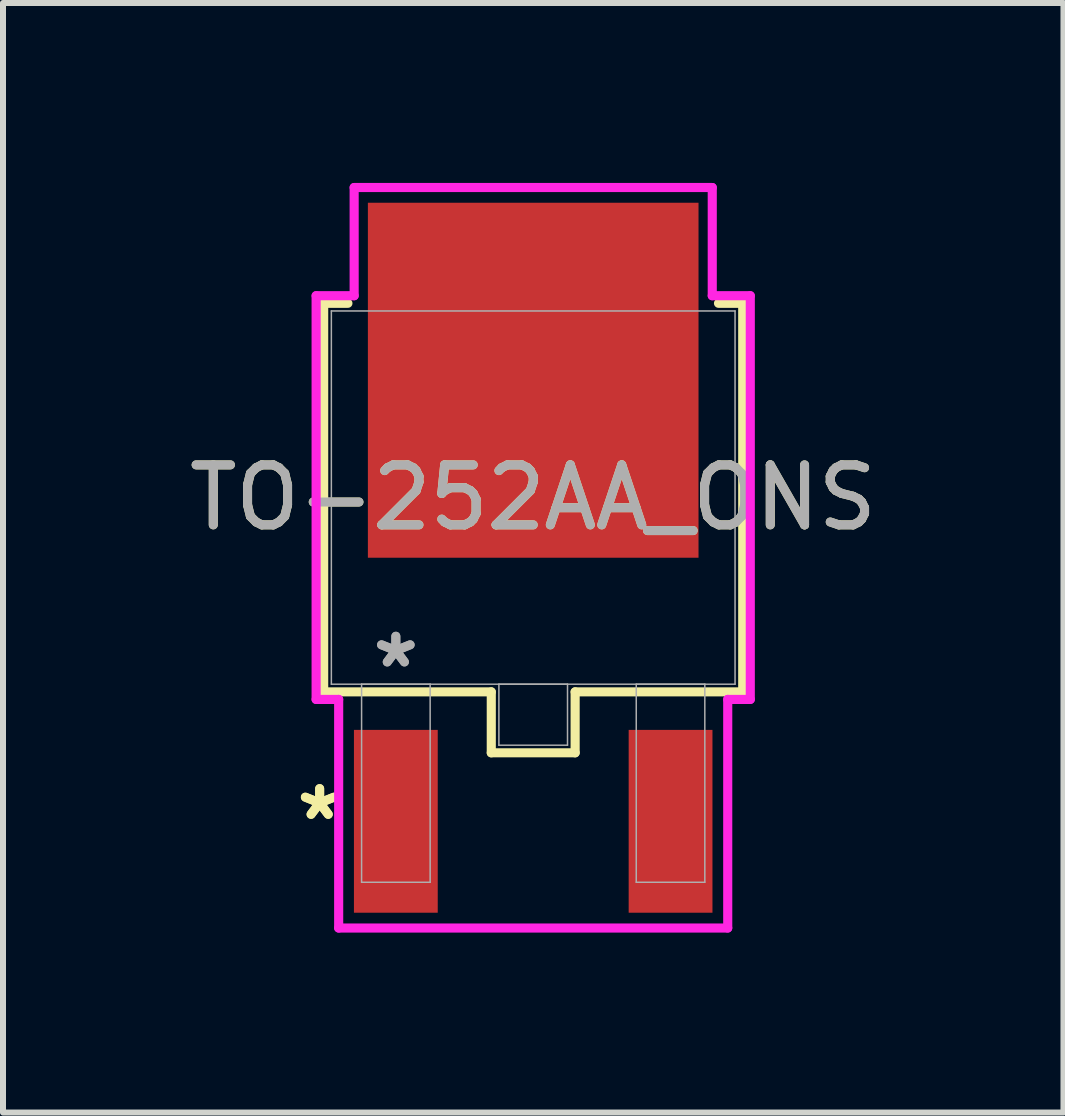
<source format=kicad_pcb>
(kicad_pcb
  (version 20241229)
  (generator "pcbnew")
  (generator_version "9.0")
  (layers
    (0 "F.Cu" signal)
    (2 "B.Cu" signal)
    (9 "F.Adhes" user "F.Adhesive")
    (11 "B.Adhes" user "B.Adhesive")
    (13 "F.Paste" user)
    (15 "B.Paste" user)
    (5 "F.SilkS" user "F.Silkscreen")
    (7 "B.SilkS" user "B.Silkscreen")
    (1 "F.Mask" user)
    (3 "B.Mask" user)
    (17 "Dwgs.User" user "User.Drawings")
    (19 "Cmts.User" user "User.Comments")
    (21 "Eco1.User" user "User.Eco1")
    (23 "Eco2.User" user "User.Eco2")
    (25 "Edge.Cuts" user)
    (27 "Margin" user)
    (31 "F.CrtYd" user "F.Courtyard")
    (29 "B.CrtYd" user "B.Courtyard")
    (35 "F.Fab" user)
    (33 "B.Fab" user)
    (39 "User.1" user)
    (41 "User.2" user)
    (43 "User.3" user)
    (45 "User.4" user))
  (footprint "TO-252AA_ONS"
    (layer "F.Cu")
    (at 5.839 5.245)
    (property "Reference" "TO-252AA_ONS" (at 0 0 0) (unlocked yes) (layer "F.SilkS") (effects (font (size 1 1) (thickness 0.15))))
    (attr smd)
    (fp_line (start -3.493 -3.239) (end -3.493 3.239) (stroke (width 0.152) (type solid)) (layer "F.SilkS"))
    (fp_line (start -3.493 3.239) (end -0.699 3.239) (stroke (width 0.152) (type solid)) (layer "F.SilkS"))
    (fp_line (start -3.089 -3.239) (end -3.493 -3.239) (stroke (width 0.152) (type solid)) (layer "F.SilkS"))
    (fp_line (start -0.699 3.239) (end -0.699 4.255) (stroke (width 0.152) (type solid)) (layer "F.SilkS"))
    (fp_line (start -0.699 4.255) (end 0.699 4.255) (stroke (width 0.152) (type solid)) (layer "F.SilkS"))
    (fp_line (start 0.699 3.239) (end 3.493 3.239) (stroke (width 0.152) (type solid)) (layer "F.SilkS"))
    (fp_line (start 0.699 4.255) (end 0.699 3.239) (stroke (width 0.152) (type solid)) (layer "F.SilkS"))
    (fp_line (start 3.493 -3.239) (end 3.089 -3.239) (stroke (width 0.152) (type solid)) (layer "F.SilkS"))
    (fp_line (start 3.493 3.239) (end 3.493 -3.239) (stroke (width 0.152) (type solid)) (layer "F.SilkS"))
    (fp_line (start -3.619 -3.365) (end -2.985 -3.365) (stroke (width 0.152) (type solid)) (layer "F.CrtYd"))
    (fp_line (start -3.619 3.365) (end -3.619 -3.365) (stroke (width 0.152) (type solid)) (layer "F.CrtYd"))
    (fp_line (start -3.243 3.365) (end -3.619 3.365) (stroke (width 0.152) (type solid)) (layer "F.CrtYd"))
    (fp_line (start -3.243 7.176) (end -3.243 3.365) (stroke (width 0.152) (type solid)) (layer "F.CrtYd"))
    (fp_line (start -2.985 -5.169) (end 2.985 -5.169) (stroke (width 0.152) (type solid)) (layer "F.CrtYd"))
    (fp_line (start -2.985 -3.365) (end -2.985 -5.169) (stroke (width 0.152) (type solid)) (layer "F.CrtYd"))
    (fp_line (start 2.985 -5.169) (end 2.985 -3.365) (stroke (width 0.152) (type solid)) (layer "F.CrtYd"))
    (fp_line (start 2.985 -3.365) (end 3.619 -3.365) (stroke (width 0.152) (type solid)) (layer "F.CrtYd"))
    (fp_line (start 3.243 3.365) (end 3.243 7.176) (stroke (width 0.152) (type solid)) (layer "F.CrtYd"))
    (fp_line (start 3.243 7.176) (end -3.243 7.176) (stroke (width 0.152) (type solid)) (layer "F.CrtYd"))
    (fp_line (start 3.619 -3.365) (end 3.619 3.365) (stroke (width 0.152) (type solid)) (layer "F.CrtYd"))
    (fp_line (start 3.619 3.365) (end 3.243 3.365) (stroke (width 0.152) (type solid)) (layer "F.CrtYd"))
    (fp_line (start -3.365 -3.111) (end -3.365 3.111) (stroke (width 0.025) (type solid)) (layer "F.Fab"))
    (fp_line (start -3.365 3.111) (end 3.365 3.111) (stroke (width 0.025) (type solid)) (layer "F.Fab"))
    (fp_line (start -2.861 3.111) (end -2.861 6.413) (stroke (width 0.025) (type solid)) (layer "F.Fab"))
    (fp_line (start -2.861 6.413) (end -1.718 6.413) (stroke (width 0.025) (type solid)) (layer "F.Fab"))
    (fp_line (start -1.718 3.111) (end -2.861 3.111) (stroke (width 0.025) (type solid)) (layer "F.Fab"))
    (fp_line (start -1.718 6.413) (end -1.718 3.111) (stroke (width 0.025) (type solid)) (layer "F.Fab"))
    (fp_line (start -0.572 3.111) (end -0.572 4.128) (stroke (width 0.025) (type solid)) (layer "F.Fab"))
    (fp_line (start -0.572 4.128) (end 0.572 4.128) (stroke (width 0.025) (type solid)) (layer "F.Fab"))
    (fp_line (start 0.572 3.111) (end -0.572 3.111) (stroke (width 0.025) (type solid)) (layer "F.Fab"))
    (fp_line (start 0.572 4.128) (end 0.572 3.111) (stroke (width 0.025) (type solid)) (layer "F.Fab"))
    (fp_line (start 1.718 3.111) (end 1.718 6.413) (stroke (width 0.025) (type solid)) (layer "F.Fab"))
    (fp_line (start 1.718 6.413) (end 2.861 6.413) (stroke (width 0.025) (type solid)) (layer "F.Fab"))
    (fp_line (start 2.861 3.111) (end 1.718 3.111) (stroke (width 0.025) (type solid)) (layer "F.Fab"))
    (fp_line (start 2.861 6.413) (end 2.861 3.111) (stroke (width 0.025) (type solid)) (layer "F.Fab"))
    (fp_line (start 3.365 -3.111) (end -3.365 -3.111) (stroke (width 0.025) (type solid)) (layer "F.Fab"))
    (fp_line (start 3.365 3.111) (end 3.365 -3.111) (stroke (width 0.025) (type solid)) (layer "F.Fab"))
    (fp_text user "*" (at -3.56 5.397 0) (layer "F.SilkS") (effects (font (size 1 1) (thickness 0.15))))
    (fp_text user "*" (at -3.56 5.397 0) (unlocked yes) (layer "F.SilkS") (effects (font (size 1 1) (thickness 0.15))))
    (fp_text user "${REFERENCE}" (at 0 0 0) (unlocked yes) (layer "F.Fab") (effects (font (size 1 1) (thickness 0.15))))
    (fp_text user "*" (at -2.29 2.857 0) (unlocked yes) (layer "F.Fab") (effects (font (size 1 1) (thickness 0.15))))
    (fp_text user "*" (at -2.29 2.857 0) (layer "F.Fab") (effects (font (size 1 1) (thickness 0.15))))
    (pad "1" smd rect (at -2.29 5.397) (size 1.397 3.048) (layers "F.Cu" "F.Mask" "F.Paste"))
    (pad "2" smd rect (at 0 -1.956) (size 5.512 5.918) (layers "F.Cu" "F.Mask" "F.Paste"))
    (pad "3" smd rect (at 2.29 5.397) (size 1.397 3.048) (layers "F.Cu" "F.Mask" "F.Paste")))
  (gr_rect
    (start -3 -3)
    (end 14.679 15.497)
    (stroke (width 0.1) (type default))
    (fill no)
    (layer "Edge.Cuts")))
</source>
